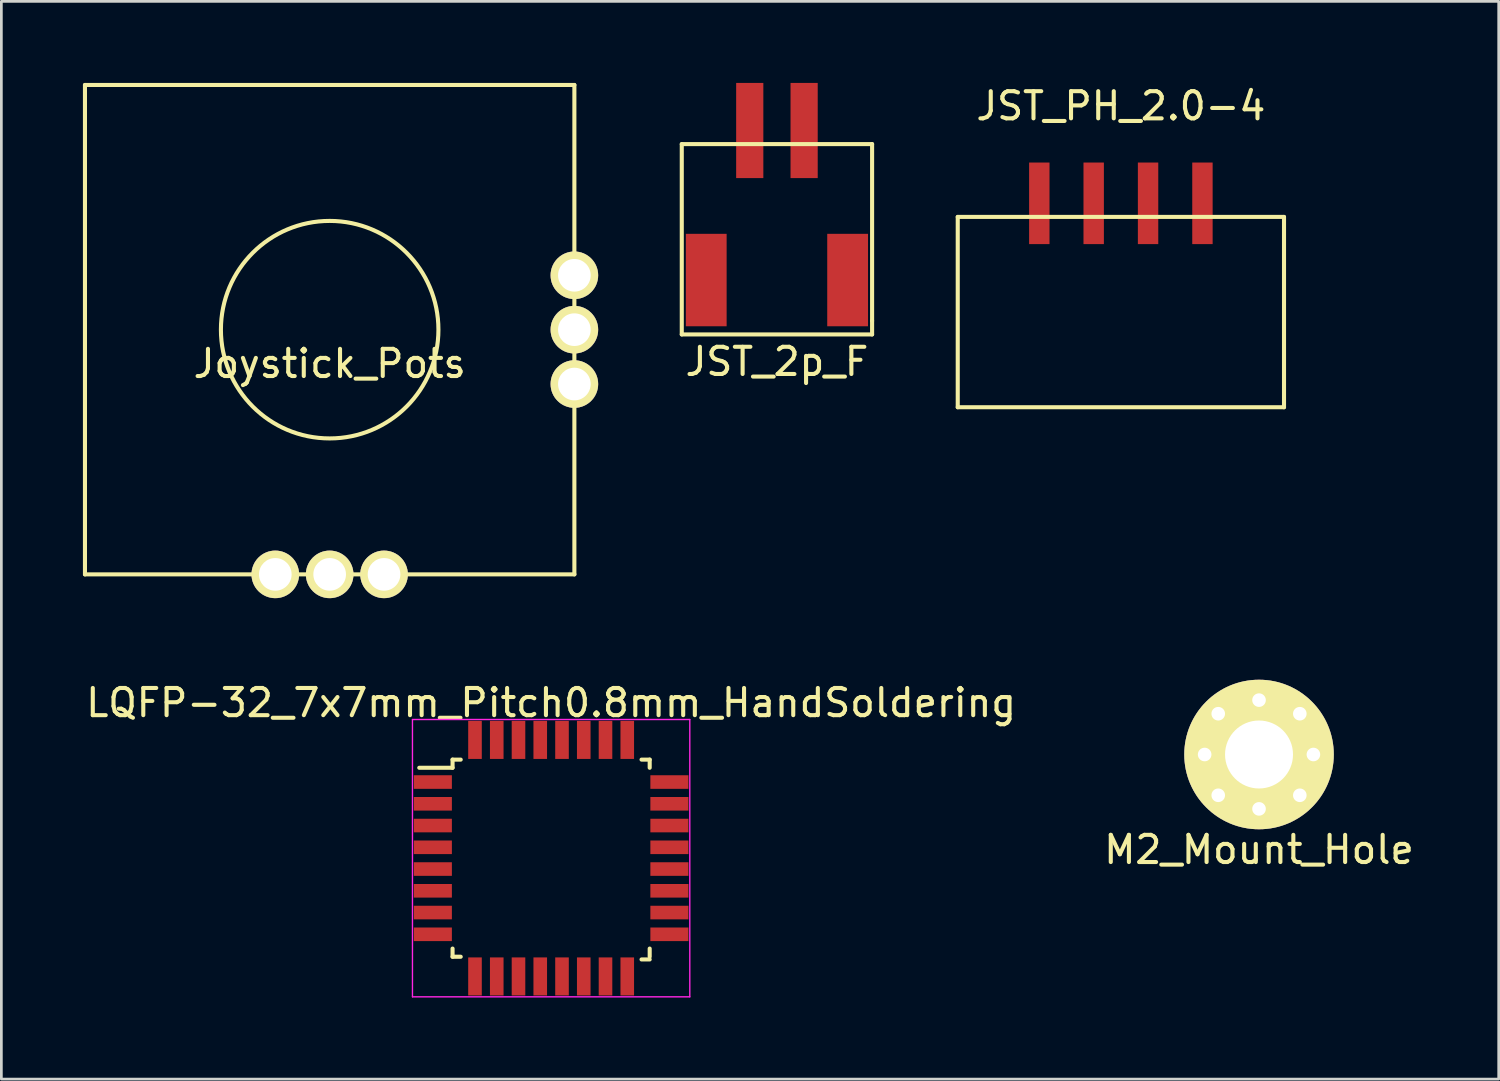
<source format=kicad_pcb>
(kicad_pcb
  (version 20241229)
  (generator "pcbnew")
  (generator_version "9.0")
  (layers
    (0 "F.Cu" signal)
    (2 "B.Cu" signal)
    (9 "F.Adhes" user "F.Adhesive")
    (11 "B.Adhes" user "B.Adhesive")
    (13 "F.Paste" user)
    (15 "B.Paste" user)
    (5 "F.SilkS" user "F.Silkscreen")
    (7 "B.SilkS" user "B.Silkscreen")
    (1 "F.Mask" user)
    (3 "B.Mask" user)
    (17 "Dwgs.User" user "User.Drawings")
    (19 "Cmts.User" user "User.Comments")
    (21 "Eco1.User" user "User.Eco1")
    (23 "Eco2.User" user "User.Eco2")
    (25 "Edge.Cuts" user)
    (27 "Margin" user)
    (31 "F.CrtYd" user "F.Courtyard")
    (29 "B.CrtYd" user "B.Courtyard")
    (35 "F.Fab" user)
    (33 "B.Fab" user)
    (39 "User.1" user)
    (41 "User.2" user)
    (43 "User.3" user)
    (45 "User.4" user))
  (footprint "JST_PH_2.0-4"
    (layer "F.Cu")
    (at 38.175 5.928)
    (property "Reference" "JST_PH_2.0-4" (at 0 -5.08 0) (layer "F.SilkS") (effects (font (size 1 1) (thickness 0.15))))
    (attr through_hole)
    (fp_line (start -6 -1) (end -6 6) (stroke (width 0.15) (type solid)) (layer "F.SilkS"))
    (fp_line (start -6 6) (end 6 6) (stroke (width 0.15) (type solid)) (layer "F.SilkS"))
    (fp_line (start 6 -1) (end -6 -1) (stroke (width 0.15) (type solid)) (layer "F.SilkS"))
    (fp_line (start 6 6) (end 6 -1) (stroke (width 0.15) (type solid)) (layer "F.SilkS"))
    (pad "1" smd rect (at -3 -1.5) (size 0.75 3) (layers "F.Cu" "F.Mask" "F.Paste"))
    (pad "2" smd rect (at -1 -1.5) (size 0.75 3) (layers "F.Cu" "F.Mask" "F.Paste"))
    (pad "3" smd rect (at 1 -1.5) (size 0.75 3) (layers "F.Cu" "F.Mask" "F.Paste"))
    (pad "4" smd rect (at 3 -1.5) (size 0.75 3) (layers "F.Cu" "F.Mask" "F.Paste")))
  (footprint "M2_Mount_Hole"
    (layer "F.Cu")
    (at 43.256 24.7)
    (property "Reference" "M2_Mount_Hole" (at 0 3.5 0) (layer "F.SilkS") (effects (font (size 1 1) (thickness 0.15))))
    (attr through_hole)
    (pad "1" thru_hole circle (at -2 0) (size 1 1) (drill 0.5) (layers "*.Cu" "*.Mask" "F.SilkS"))
    (pad "1" thru_hole circle (at -1.5 -1.5) (size 1 1) (drill 0.5) (layers "*.Cu" "*.Mask" "F.SilkS"))
    (pad "1" thru_hole circle (at -1.5 1.5) (size 1 1) (drill 0.5) (layers "*.Cu" "*.Mask" "F.SilkS"))
    (pad "1" thru_hole circle (at 0 -2) (size 1 1) (drill 0.5) (layers "*.Cu" "*.Mask" "F.SilkS"))
    (pad "1" thru_hole circle (at 0 0) (size 5.5 5.5) (drill 2.5) (layers "*.Cu" "*.Mask" "F.SilkS"))
    (pad "1" thru_hole circle (at 0 2) (size 1 1) (drill 0.5) (layers "*.Cu" "*.Mask" "F.SilkS"))
    (pad "1" thru_hole circle (at 1.5 -1.5) (size 1 1) (drill 0.5) (layers "*.Cu" "*.Mask" "F.SilkS"))
    (pad "1" thru_hole circle (at 1.5 1.5) (size 1 1) (drill 0.5) (layers "*.Cu" "*.Mask" "F.SilkS"))
    (pad "1" thru_hole circle (at 2 0) (size 1 1) (drill 0.5) (layers "*.Cu" "*.Mask" "F.SilkS")))
  (footprint "Joystick_Pots"
    (layer "F.Cu")
    (at 9.075 9.075)
    (property "Reference" "Joystick_Pots" (at 0 1.25 0) (layer "F.SilkS") (effects (font (size 1 1) (thickness 0.15))))
    (attr through_hole)
    (fp_line (start -9 -9) (end 9 -9) (stroke (width 0.15) (type solid)) (layer "F.SilkS"))
    (fp_line (start -9 9) (end -9 -9) (stroke (width 0.15) (type solid)) (layer "F.SilkS"))
    (fp_line (start 9 -9) (end 9 9) (stroke (width 0.15) (type solid)) (layer "F.SilkS"))
    (fp_line (start 9 9) (end -9 9) (stroke (width 0.15) (type solid)) (layer "F.SilkS"))
    (fp_circle (center 0 0) (end 0 -4) (stroke (width 0.15) (type solid)) (fill no) (layer "F.SilkS"))
    (pad "1" thru_hole circle (at 9 -2) (size 1.75 1.75) (drill 1.2) (layers "*.Cu" "*.Mask" "F.SilkS"))
    (pad "2" thru_hole circle (at 9 0) (size 1.75 1.75) (drill 1.2) (layers "*.Cu" "*.Mask" "F.SilkS"))
    (pad "3" thru_hole circle (at 9 2) (size 1.75 1.75) (drill 1.2) (layers "*.Cu" "*.Mask" "F.SilkS"))
    (pad "4" thru_hole circle (at 2 9) (size 1.75 1.75) (drill 1.2) (layers "*.Cu" "*.Mask" "F.SilkS"))
    (pad "5" thru_hole circle (at 0 9) (size 1.75 1.75) (drill 1.2) (layers "*.Cu" "*.Mask" "F.SilkS"))
    (pad "6" thru_hole circle (at -2 9) (size 1.75 1.75) (drill 1.2) (layers "*.Cu" "*.Mask" "F.SilkS")))
  (footprint "JST_2p_F"
    (layer "F.Cu")
    (at 25.525 1.75)
    (property "Reference" "JST_2p_F" (at 0 8.5 0) (layer "F.SilkS") (effects (font (size 1 1) (thickness 0.15))))
    (attr through_hole)
    (fp_line (start -3.5 0.5) (end 3.5 0.5) (stroke (width 0.15) (type solid)) (layer "F.SilkS"))
    (fp_line (start -3.5 7.5) (end -3.5 0.5) (stroke (width 0.15) (type solid)) (layer "F.SilkS"))
    (fp_line (start 3.5 0.5) (end 3.5 7) (stroke (width 0.15) (type solid)) (layer "F.SilkS"))
    (fp_line (start 3.5 7) (end 3.5 7.5) (stroke (width 0.15) (type solid)) (layer "F.SilkS"))
    (fp_line (start 3.5 7.5) (end -3.5 7.5) (stroke (width 0.15) (type solid)) (layer "F.SilkS"))
    (pad "1" smd rect (at -1 0) (size 1 3.5) (layers "F.Cu" "F.Mask" "F.Paste"))
    (pad "2" smd rect (at 1 0) (size 1 3.5) (layers "F.Cu" "F.Mask" "F.Paste"))
    (pad "3" smd rect (at -2.6 5.5) (size 1.5 3.4) (layers "F.Cu" "F.Mask" "F.Paste"))
    (pad "3" smd rect (at 2.6 5.5) (size 1.5 3.4) (layers "F.Cu" "F.Mask" "F.Paste")))
  (footprint "LQFP-32_7x7mm_Pitch0.8mm_HandSoldering"
    (layer "F.Cu")
    (at 17.22 28.513)
    (property "Reference" "LQFP-32_7x7mm_Pitch0.8mm_HandSoldering" (at 0 -5.715 0) (layer "F.SilkS") (effects (font (size 1 1) (thickness 0.15))))
    (attr smd)
    (fp_line (start -3.625 -3.625) (end -3.625 -3.325) (stroke (width 0.15) (type solid)) (layer "F.SilkS"))
    (fp_line (start -3.625 -3.625) (end -3.325 -3.625) (stroke (width 0.15) (type solid)) (layer "F.SilkS"))
    (fp_line (start -3.625 -3.325) (end -4.85 -3.325) (stroke (width 0.15) (type solid)) (layer "F.SilkS"))
    (fp_line (start -3.625 3.625) (end -3.625 3.325) (stroke (width 0.15) (type solid)) (layer "F.SilkS"))
    (fp_line (start -3.625 3.625) (end -3.325 3.625) (stroke (width 0.15) (type solid)) (layer "F.SilkS"))
    (fp_line (start 3.625 -3.625) (end 3.325 -3.625) (stroke (width 0.15) (type solid)) (layer "F.SilkS"))
    (fp_line (start 3.625 -3.625) (end 3.625 -3.325) (stroke (width 0.15) (type solid)) (layer "F.SilkS"))
    (fp_line (start 3.625 3.625) (end 3.625 3.325) (stroke (width 0.15) (type solid)) (layer "F.SilkS"))
    (fp_line (start 3.625 3.725) (end 3.325 3.725) (stroke (width 0.15) (type solid)) (layer "F.SilkS"))
    (fp_line (start -5.1 -5.1) (end -5.1 5.1) (stroke (width 0.05) (type solid)) (layer "F.CrtYd"))
    (fp_line (start -5.1 -5.1) (end 5.1 -5.1) (stroke (width 0.05) (type solid)) (layer "F.CrtYd"))
    (fp_line (start -5.1 5.1) (end 5.1 5.1) (stroke (width 0.05) (type solid)) (layer "F.CrtYd"))
    (fp_line (start 5.1 -5.1) (end 5.1 5.1) (stroke (width 0.05) (type solid)) (layer "F.CrtYd"))
    (pad "1" smd rect (at -4.35 -2.8) (size 1.4 0.5) (layers "F.Cu" "F.Mask" "F.Paste"))
    (pad "2" smd rect (at -4.35 -2) (size 1.4 0.5) (layers "F.Cu" "F.Mask" "F.Paste"))
    (pad "3" smd rect (at -4.35 -1.2) (size 1.4 0.5) (layers "F.Cu" "F.Mask" "F.Paste"))
    (pad "4" smd rect (at -4.35 -0.4) (size 1.4 0.5) (layers "F.Cu" "F.Mask" "F.Paste"))
    (pad "5" smd rect (at -4.35 0.4) (size 1.4 0.5) (layers "F.Cu" "F.Mask" "F.Paste"))
    (pad "6" smd rect (at -4.35 1.2) (size 1.4 0.5) (layers "F.Cu" "F.Mask" "F.Paste"))
    (pad "7" smd rect (at -4.35 2) (size 1.4 0.5) (layers "F.Cu" "F.Mask" "F.Paste"))
    (pad "8" smd rect (at -4.35 2.8) (size 1.4 0.5) (layers "F.Cu" "F.Mask" "F.Paste"))
    (pad "9" smd rect (at -2.8 4.35 90) (size 1.4 0.5) (layers "F.Cu" "F.Mask" "F.Paste"))
    (pad "10" smd rect (at -2 4.35 90) (size 1.4 0.5) (layers "F.Cu" "F.Mask" "F.Paste"))
    (pad "11" smd rect (at -1.2 4.35 90) (size 1.4 0.5) (layers "F.Cu" "F.Mask" "F.Paste"))
    (pad "12" smd rect (at -0.4 4.35 90) (size 1.4 0.5) (layers "F.Cu" "F.Mask" "F.Paste"))
    (pad "13" smd rect (at 0.4 4.35 90) (size 1.4 0.5) (layers "F.Cu" "F.Mask" "F.Paste"))
    (pad "14" smd rect (at 1.2 4.35 90) (size 1.4 0.5) (layers "F.Cu" "F.Mask" "F.Paste"))
    (pad "15" smd rect (at 2 4.35 90) (size 1.4 0.5) (layers "F.Cu" "F.Mask" "F.Paste"))
    (pad "16" smd rect (at 2.8 4.35 90) (size 1.4 0.5) (layers "F.Cu" "F.Mask" "F.Paste"))
    (pad "17" smd rect (at 4.35 2.8) (size 1.4 0.5) (layers "F.Cu" "F.Mask" "F.Paste"))
    (pad "18" smd rect (at 4.35 2) (size 1.4 0.5) (layers "F.Cu" "F.Mask" "F.Paste"))
    (pad "19" smd rect (at 4.35 1.2) (size 1.4 0.5) (layers "F.Cu" "F.Mask" "F.Paste"))
    (pad "20" smd rect (at 4.35 0.4) (size 1.4 0.5) (layers "F.Cu" "F.Mask" "F.Paste"))
    (pad "21" smd rect (at 4.35 -0.4) (size 1.4 0.5) (layers "F.Cu" "F.Mask" "F.Paste"))
    (pad "22" smd rect (at 4.35 -1.2) (size 1.4 0.5) (layers "F.Cu" "F.Mask" "F.Paste"))
    (pad "23" smd rect (at 4.35 -2) (size 1.4 0.5) (layers "F.Cu" "F.Mask" "F.Paste"))
    (pad "24" smd rect (at 4.35 -2.8) (size 1.4 0.5) (layers "F.Cu" "F.Mask" "F.Paste"))
    (pad "25" smd rect (at 2.8 -4.35 90) (size 1.4 0.5) (layers "F.Cu" "F.Mask" "F.Paste"))
    (pad "26" smd rect (at 2 -4.35 90) (size 1.4 0.5) (layers "F.Cu" "F.Mask" "F.Paste"))
    (pad "27" smd rect (at 1.2 -4.35 90) (size 1.4 0.5) (layers "F.Cu" "F.Mask" "F.Paste"))
    (pad "28" smd rect (at 0.4 -4.35 90) (size 1.4 0.5) (layers "F.Cu" "F.Mask" "F.Paste"))
    (pad "29" smd rect (at -0.4 -4.35 90) (size 1.4 0.5) (layers "F.Cu" "F.Mask" "F.Paste"))
    (pad "30" smd rect (at -1.2 -4.35 90) (size 1.4 0.5) (layers "F.Cu" "F.Mask" "F.Paste"))
    (pad "31" smd rect (at -2 -4.35 90) (size 1.4 0.5) (layers "F.Cu" "F.Mask" "F.Paste"))
    (pad "32" smd rect (at -2.8 -4.35 90) (size 1.4 0.5) (layers "F.Cu" "F.Mask" "F.Paste")))
  (gr_rect
    (start -3 -3)
    (end 52.071 36.638)
    (stroke (width 0.1) (type default))
    (fill no)
    (layer "Edge.Cuts")))
</source>
